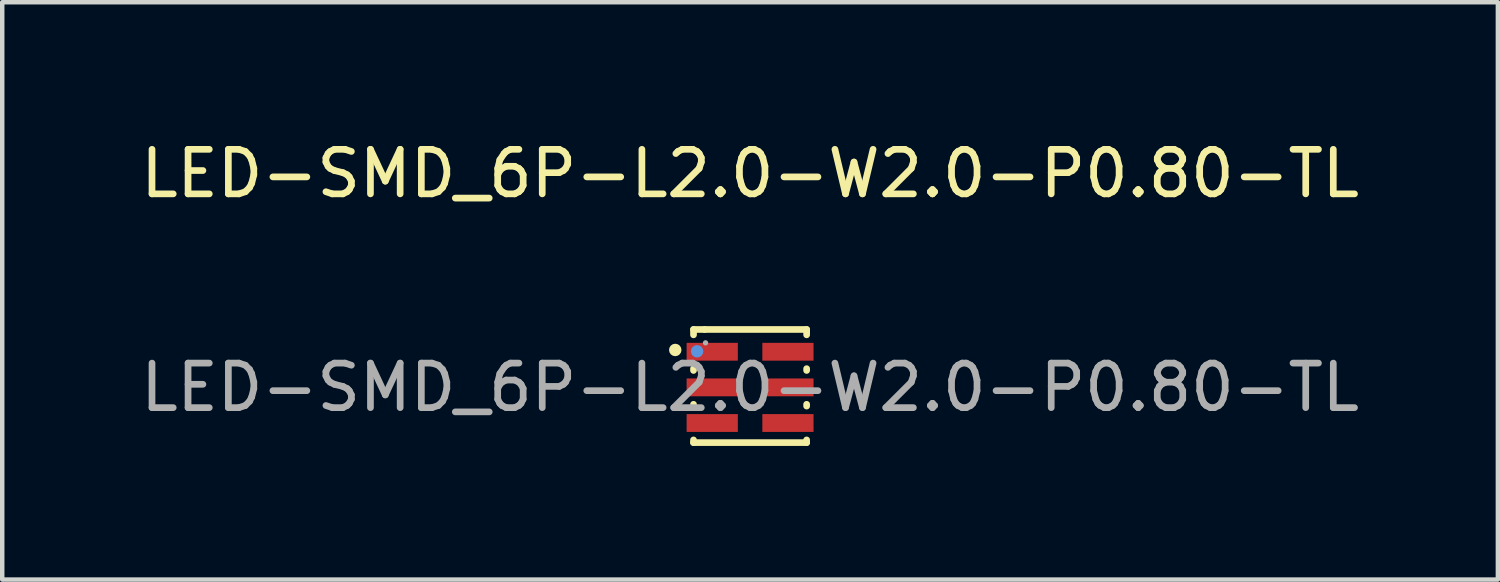
<source format=kicad_pcb>
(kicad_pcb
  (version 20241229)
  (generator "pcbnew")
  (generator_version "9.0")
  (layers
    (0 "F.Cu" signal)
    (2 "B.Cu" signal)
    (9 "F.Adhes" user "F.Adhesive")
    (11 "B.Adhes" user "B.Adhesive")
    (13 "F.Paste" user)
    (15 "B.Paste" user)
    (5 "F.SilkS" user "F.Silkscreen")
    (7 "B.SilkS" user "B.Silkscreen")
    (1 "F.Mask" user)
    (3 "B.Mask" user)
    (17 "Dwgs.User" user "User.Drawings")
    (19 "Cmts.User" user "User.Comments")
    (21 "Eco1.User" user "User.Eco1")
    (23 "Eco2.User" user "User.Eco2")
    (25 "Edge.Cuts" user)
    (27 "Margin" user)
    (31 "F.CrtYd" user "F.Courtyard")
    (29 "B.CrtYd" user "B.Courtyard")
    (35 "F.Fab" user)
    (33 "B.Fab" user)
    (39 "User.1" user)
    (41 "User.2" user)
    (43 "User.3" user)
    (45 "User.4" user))
  (footprint "LED-SMD_6P-L2.0-W2.0-P0.80-TL"
    (layer "F.Cu")
    (at 13.792 5.648)
    (property "Reference" "LED-SMD_6P-L2.0-W2.0-P0.80-TL" (at 0 -4.8 0) (layer "F.SilkS") (effects (font (size 1 1) (thickness 0.15))))
    (attr smd)
    (fp_line (start -1.27 -1.3) (end -1.02 -1.3) (stroke (width 0.15) (type solid)) (layer "F.SilkS"))
    (fp_line (start -1.27 -1.18) (end -1.27 -1.3) (stroke (width 0.15) (type solid)) (layer "F.SilkS"))
    (fp_line (start -1.27 -0.38) (end -1.27 -0.42) (stroke (width 0.15) (type solid)) (layer "F.SilkS"))
    (fp_line (start -1.27 0.42) (end -1.27 0.38) (stroke (width 0.15) (type solid)) (layer "F.SilkS"))
    (fp_line (start -1.27 1.24) (end -1.27 1.18) (stroke (width 0.15) (type solid)) (layer "F.SilkS"))
    (fp_line (start -1.02 -1.3) (end 1.27 -1.3) (stroke (width 0.15) (type solid)) (layer "F.SilkS"))
    (fp_line (start 1.27 -1.3) (end 1.27 -1.18) (stroke (width 0.15) (type solid)) (layer "F.SilkS"))
    (fp_line (start 1.27 -0.42) (end 1.27 -0.38) (stroke (width 0.15) (type solid)) (layer "F.SilkS"))
    (fp_line (start 1.27 0.38) (end 1.27 0.42) (stroke (width 0.15) (type solid)) (layer "F.SilkS"))
    (fp_line (start 1.27 1.18) (end 1.27 1.24) (stroke (width 0.15) (type solid)) (layer "F.SilkS"))
    (fp_line (start 1.27 1.24) (end -1.27 1.24) (stroke (width 0.15) (type solid)) (layer "F.SilkS"))
    (fp_circle (center -1.68 -0.84) (end -1.61 -0.84) (stroke (width 0.14) (type solid)) (fill no) (layer "F.SilkS"))
    (fp_circle (center -1.19 -0.81) (end -1.12 -0.81) (stroke (width 0.14) (type solid)) (fill no) (layer "Cmts.User"))
    (fp_circle (center -1 -1) (end -0.97 -1) (stroke (width 0.06) (type solid)) (fill no) (layer "F.Fab"))
    (fp_text user "${REFERENCE}" (at 0 0 0) (layer "F.Fab") (effects (font (size 1 1) (thickness 0.15))))
    (pad "1" smd rect (at -0.85 -0.8) (size 1.15 0.4) (layers "F.Cu" "F.Mask" "F.Paste"))
    (pad "2" smd rect (at -0.85 0) (size 1.15 0.4) (layers "F.Cu" "F.Mask" "F.Paste"))
    (pad "3" smd rect (at -0.85 0.8) (size 1.15 0.4) (layers "F.Cu" "F.Mask" "F.Paste"))
    (pad "4" smd rect (at 0.85 0.8) (size 1.15 0.4) (layers "F.Cu" "F.Mask" "F.Paste"))
    (pad "5" smd rect (at 0.85 0) (size 1.15 0.4) (layers "F.Cu" "F.Mask" "F.Paste"))
    (pad "6" smd rect (at 0.85 -0.8) (size 1.15 0.4) (layers "F.Cu" "F.Mask" "F.Paste")))
  (gr_rect
    (start -3 -3)
    (end 30.583 9.963)
    (stroke (width 0.1) (type default))
    (fill no)
    (layer "Edge.Cuts")))
</source>
